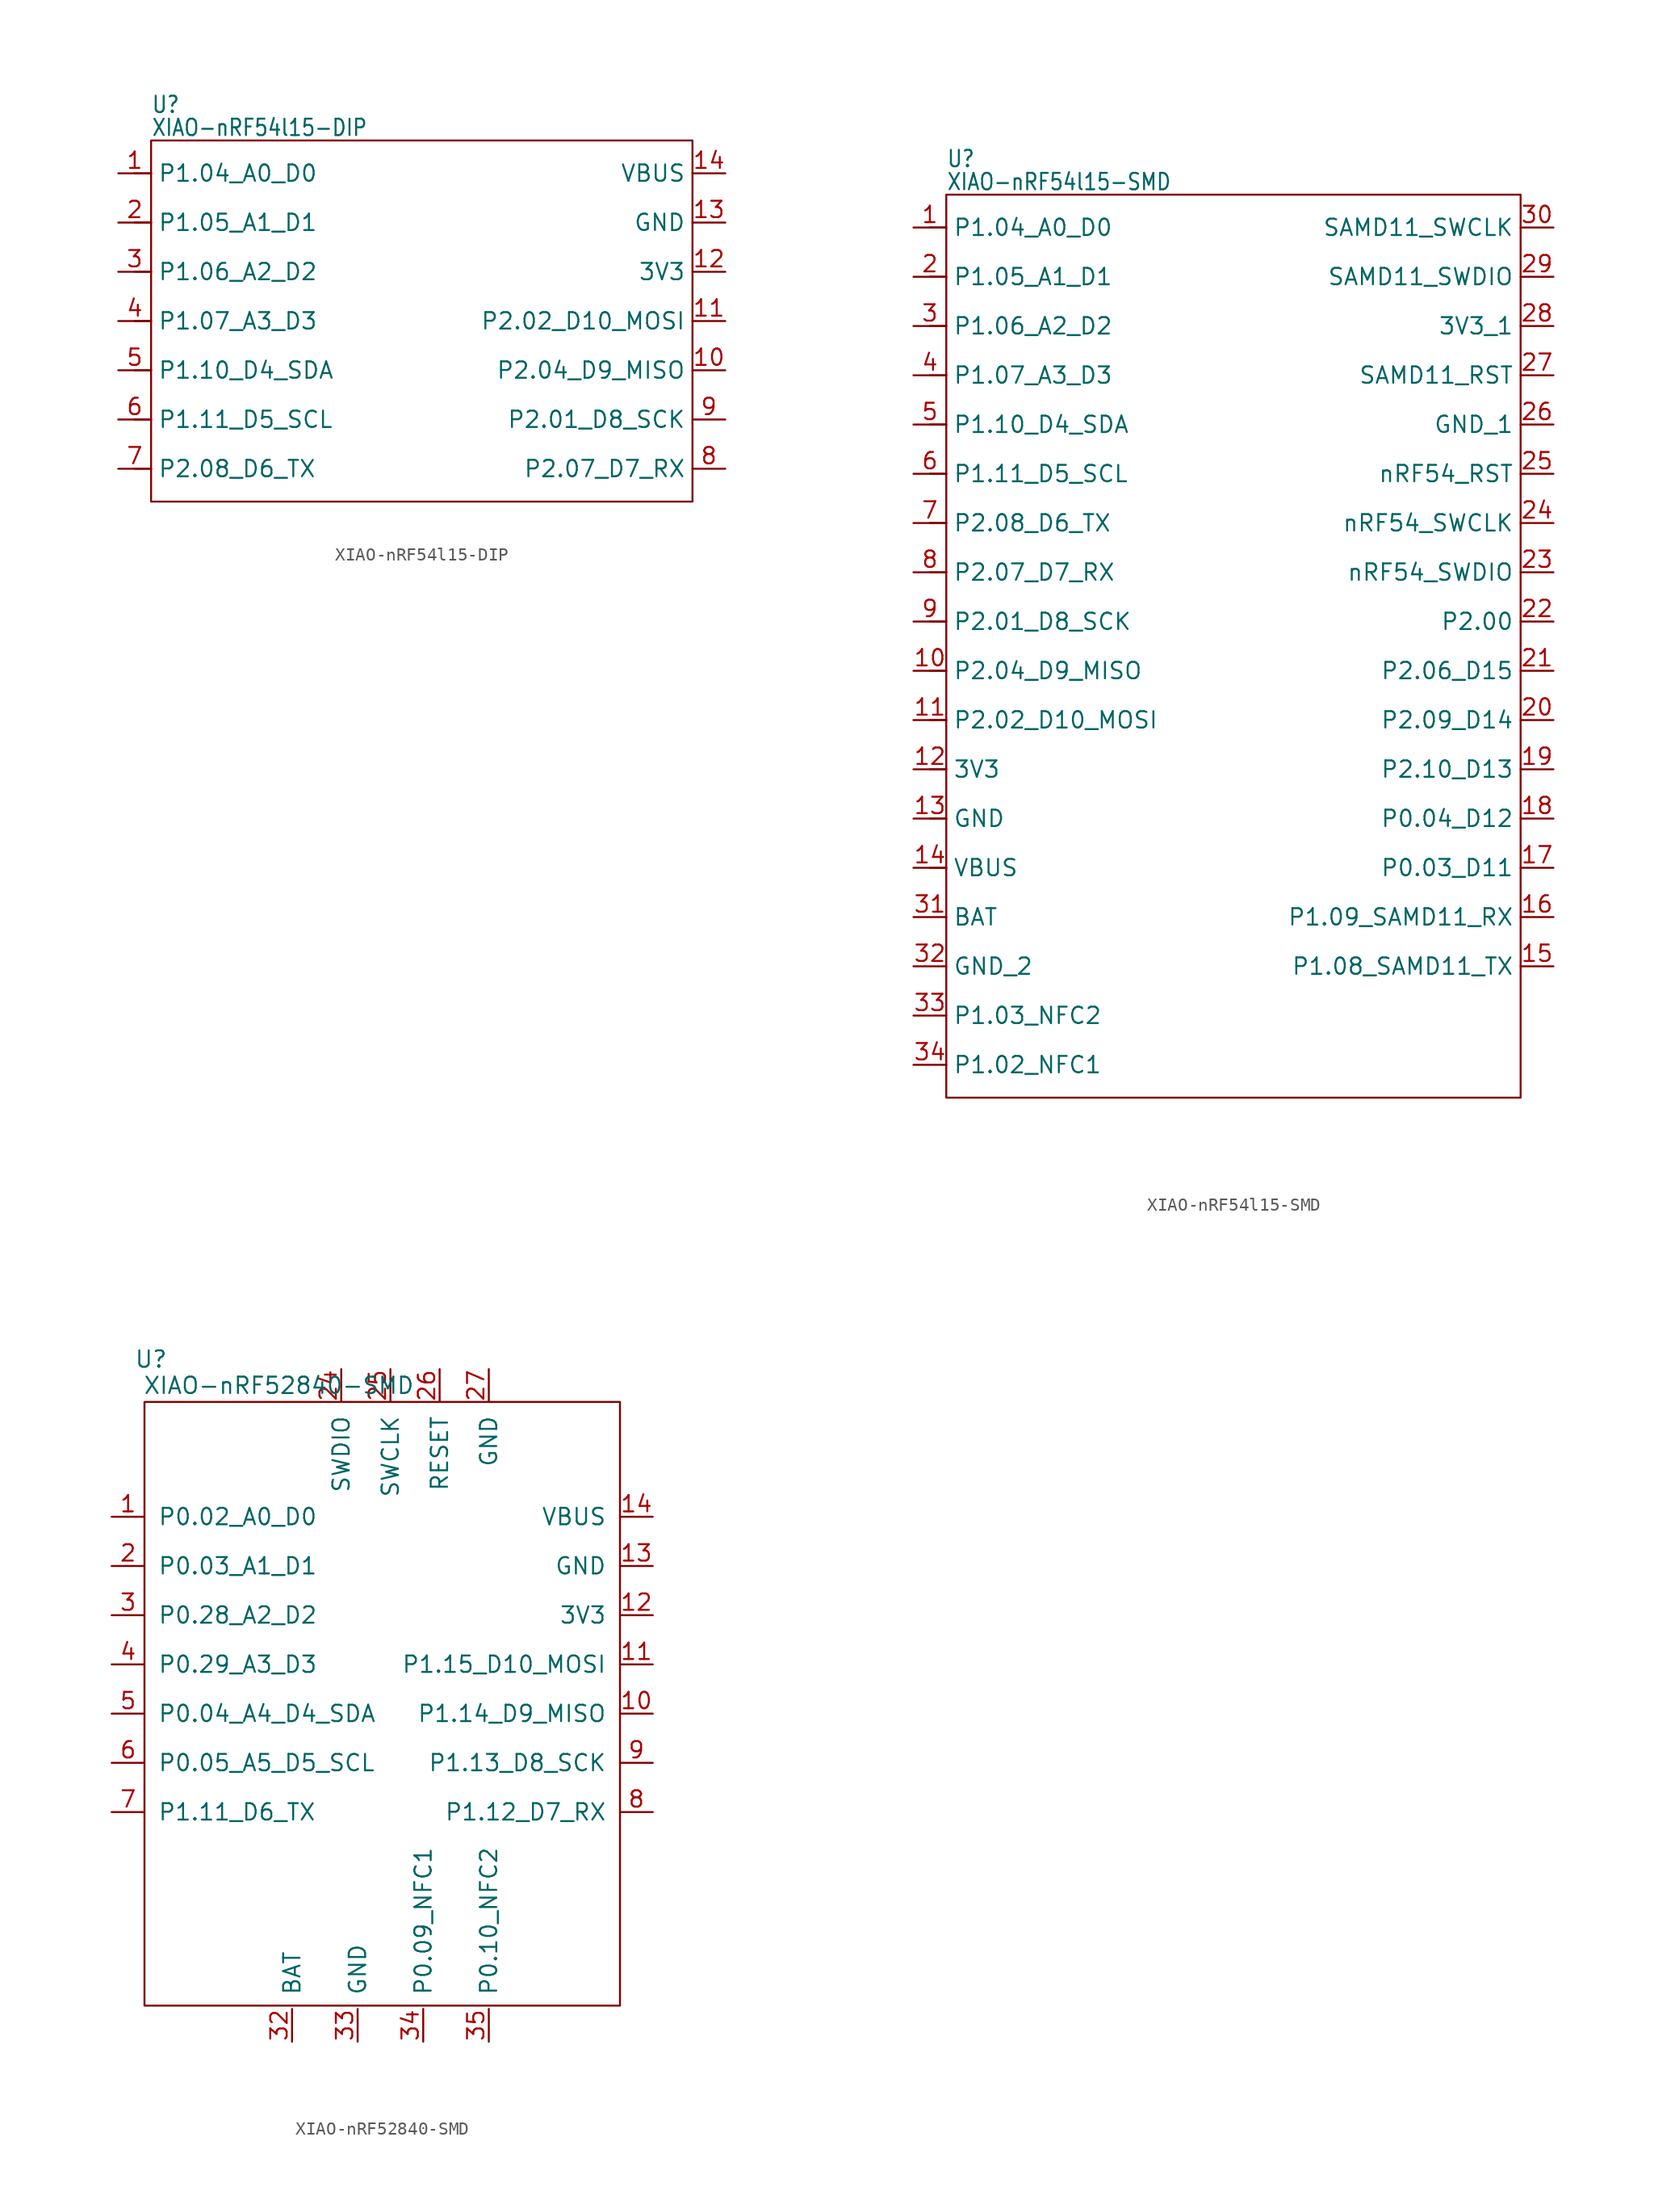
<source format=kicad_sym>
(kicad_symbol_lib
  (version 20241209)
  (generator "kicad_symbol_editor")
  (generator_version "9.0")
  (symbol "XIAO-nRF54l15-DIP"
    (property "Reference" "U"
      (at -21.59 16.002 0)
      (effects (font (size 1.27 1.079)) (justify left bottom)))
    (property "Value" "XIAO-nRF54l15-DIP"
      (at -21.59 14.224 0)
      (effects (font (size 1.27 1.079)) (justify left bottom)))
    (symbol "XIAO-nRF54l15-DIP_0_1"
      (rectangle (start -21.59 13.97) (end 20.32 -13.97) (stroke (width 0) (type default)) (fill (type none))))
    (symbol "XIAO-nRF54l15-DIP_1_0"
      (polyline (pts (xy -21.59 11.43) (xy -22.86 11.43)) (stroke (width 0.152) (type solid)) (fill (type none)))
      (polyline (pts (xy -21.59 7.62) (xy -22.86 7.62)) (stroke (width 0.152) (type solid)) (fill (type none)))
      (polyline (pts (xy -21.59 3.81) (xy -22.86 3.81)) (stroke (width 0.152) (type solid)) (fill (type none)))
      (polyline (pts (xy -21.59 0) (xy -22.86 0)) (stroke (width 0.152) (type solid)) (fill (type none)))
      (polyline (pts (xy -21.59 -3.81) (xy -22.86 -3.81)) (stroke (width 0.152) (type solid)) (fill (type none)))
      (polyline (pts (xy -21.59 -7.62) (xy -22.86 -7.62)) (stroke (width 0.152) (type solid)) (fill (type none)))
      (polyline (pts (xy -21.59 -11.43) (xy -22.86 -11.43)) (stroke (width 0.152) (type solid)) (fill (type none)))
      (pin passive line (at -24.13 11.43 0) (length 2.54) (name "P1.04_A0_D0" (effects (font (size 1.27 1.27)))) (number "1" (effects (font (size 1.27 1.27)))))
      (pin passive line (at -24.13 7.62 0) (length 2.54) (name "P1.05_A1_D1" (effects (font (size 1.27 1.27)))) (number "2" (effects (font (size 1.27 1.27)))))
      (pin passive line (at -24.13 3.81 0) (length 2.54) (name "P1.06_A2_D2" (effects (font (size 1.27 1.27)))) (number "3" (effects (font (size 1.27 1.27)))))
      (pin passive line (at -24.13 0 0) (length 2.54) (name "P1.07_A3_D3" (effects (font (size 1.27 1.27)))) (number "4" (effects (font (size 1.27 1.27)))))
      (pin passive line (at -24.13 -3.81 0) (length 2.54) (name "P1.10_D4_SDA" (effects (font (size 1.27 1.27)))) (number "5" (effects (font (size 1.27 1.27)))))
      (pin passive line (at -24.13 -7.62 0) (length 2.54) (name "P1.11_D5_SCL" (effects (font (size 1.27 1.27)))) (number "6" (effects (font (size 1.27 1.27)))))
      (pin passive line (at -24.13 -11.43 0) (length 2.54) (name "P2.08_D6_TX" (effects (font (size 1.27 1.27)))) (number "7" (effects (font (size 1.27 1.27)))))
      (pin passive line (at 22.86 11.43 180) (length 2.54) (name "VBUS" (effects (font (size 1.27 1.27)))) (number "14" (effects (font (size 1.27 1.27)))))
      (pin passive line (at 22.86 7.62 180) (length 2.54) (name "GND" (effects (font (size 1.27 1.27)))) (number "13" (effects (font (size 1.27 1.27)))))
      (pin passive line (at 22.86 3.81 180) (length 2.54) (name "3V3" (effects (font (size 1.27 1.27)))) (number "12" (effects (font (size 1.27 1.27)))))
      (pin passive line (at 22.86 0 180) (length 2.54) (name "P2.02_D10_MOSI" (effects (font (size 1.27 1.27)))) (number "11" (effects (font (size 1.27 1.27)))))
      (pin passive line (at 22.86 -3.81 180) (length 2.54) (name "P2.04_D9_MISO" (effects (font (size 1.27 1.27)))) (number "10" (effects (font (size 1.27 1.27)))))
      (pin passive line (at 22.86 -7.62 180) (length 2.54) (name "P2.01_D8_SCK" (effects (font (size 1.27 1.27)))) (number "9" (effects (font (size 1.27 1.27)))))
      (pin passive line (at 22.86 -11.43 180) (length 2.54) (name "P2.07_D7_RX" (effects (font (size 1.27 1.27)))) (number "8" (effects (font (size 1.27 1.27)))))))
  (symbol "XIAO-nRF54l15-SMD"
    (property "Reference" "U"
      (at -21.59 35.052 0)
      (effects (font (size 1.27 1.079)) (justify left bottom)))
    (property "Value" "XIAO-nRF54l15-SMD"
      (at -21.59 33.274 0)
      (effects (font (size 1.27 1.079)) (justify left bottom)))
    (symbol "XIAO-nRF54l15-SMD_0_1"
      (rectangle (start -21.59 33.02) (end 22.86 -36.83) (stroke (width 0) (type default)) (fill (type none))))
    (symbol "XIAO-nRF54l15-SMD_1_0"
      (polyline (pts (xy -22.86 3.81) (xy -21.59 3.81)) (stroke (width 0.152) (type solid)) (fill (type none)))
      (polyline (pts (xy -22.86 0) (xy -21.59 0)) (stroke (width 0.152) (type solid)) (fill (type none)))
      (polyline (pts (xy -22.86 -3.81) (xy -21.59 -3.81)) (stroke (width 0.152) (type solid)) (fill (type none)))
      (polyline (pts (xy -22.86 -7.62) (xy -21.59 -7.62)) (stroke (width 0.152) (type solid)) (fill (type none)))
      (polyline (pts (xy -22.86 -11.43) (xy -21.59 -11.43)) (stroke (width 0.152) (type solid)) (fill (type none)))
      (polyline (pts (xy -22.86 -15.24) (xy -21.59 -15.24)) (stroke (width 0.152) (type solid)) (fill (type none)))
      (polyline (pts (xy -22.86 -19.05) (xy -21.59 -19.05)) (stroke (width 0.152) (type solid)) (fill (type none)))
      (polyline (pts (xy -21.59 30.48) (xy -22.86 30.48)) (stroke (width 0.152) (type solid)) (fill (type none)))
      (polyline (pts (xy -21.59 26.67) (xy -22.86 26.67)) (stroke (width 0.152) (type solid)) (fill (type none)))
      (polyline (pts (xy -21.59 22.86) (xy -22.86 22.86)) (stroke (width 0.152) (type solid)) (fill (type none)))
      (polyline (pts (xy -21.59 19.05) (xy -22.86 19.05)) (stroke (width 0.152) (type solid)) (fill (type none)))
      (polyline (pts (xy -21.59 15.24) (xy -22.86 15.24)) (stroke (width 0.152) (type solid)) (fill (type none)))
      (polyline (pts (xy -21.59 11.43) (xy -22.86 11.43)) (stroke (width 0.152) (type solid)) (fill (type none)))
      (polyline (pts (xy -21.59 7.62) (xy -22.86 7.62)) (stroke (width 0.152) (type solid)) (fill (type none)))
      (pin passive line (at -24.13 30.48 0) (length 2.54) (name "P1.04_A0_D0" (effects (font (size 1.27 1.27)))) (number "1" (effects (font (size 1.27 1.27)))))
      (pin passive line (at -24.13 26.67 0) (length 2.54) (name "P1.05_A1_D1" (effects (font (size 1.27 1.27)))) (number "2" (effects (font (size 1.27 1.27)))))
      (pin passive line (at -24.13 22.86 0) (length 2.54) (name "P1.06_A2_D2" (effects (font (size 1.27 1.27)))) (number "3" (effects (font (size 1.27 1.27)))))
      (pin passive line (at -24.13 19.05 0) (length 2.54) (name "P1.07_A3_D3" (effects (font (size 1.27 1.27)))) (number "4" (effects (font (size 1.27 1.27)))))
      (pin passive line (at -24.13 15.24 0) (length 2.54) (name "P1.10_D4_SDA" (effects (font (size 1.27 1.27)))) (number "5" (effects (font (size 1.27 1.27)))))
      (pin passive line (at -24.13 11.43 0) (length 2.54) (name "P1.11_D5_SCL" (effects (font (size 1.27 1.27)))) (number "6" (effects (font (size 1.27 1.27)))))
      (pin passive line (at -24.13 7.62 0) (length 2.54) (name "P2.08_D6_TX" (effects (font (size 1.27 1.27)))) (number "7" (effects (font (size 1.27 1.27)))))
      (pin passive line (at -24.13 3.81 0) (length 2.54) (name "P2.07_D7_RX" (effects (font (size 1.27 1.27)))) (number "8" (effects (font (size 1.27 1.27)))))
      (pin passive line (at -24.13 0 0) (length 2.54) (name "P2.01_D8_SCK" (effects (font (size 1.27 1.27)))) (number "9" (effects (font (size 1.27 1.27)))))
      (pin passive line (at -24.13 -3.81 0) (length 2.54) (name "P2.04_D9_MISO" (effects (font (size 1.27 1.27)))) (number "10" (effects (font (size 1.27 1.27)))))
      (pin passive line (at -24.13 -7.62 0) (length 2.54) (name "P2.02_D10_MOSI" (effects (font (size 1.27 1.27)))) (number "11" (effects (font (size 1.27 1.27)))))
      (pin passive line (at -24.13 -11.43 0) (length 2.54) (name "3V3" (effects (font (size 1.27 1.27)))) (number "12" (effects (font (size 1.27 1.27)))))
      (pin passive line (at -24.13 -15.24 0) (length 2.54) (name "GND" (effects (font (size 1.27 1.27)))) (number "13" (effects (font (size 1.27 1.27)))))
      (pin passive line (at -24.13 -19.05 0) (length 2.54) (name "VBUS" (effects (font (size 1.27 1.27)))) (number "14" (effects (font (size 1.27 1.27))))))
    (symbol "XIAO-nRF54l15-SMD_1_1"
      (pin passive line (at -24.13 -22.86 0) (length 2.54) (name "BAT" (effects (font (size 1.27 1.27)))) (number "31" (effects (font (size 1.27 1.27)))))
      (pin passive line (at -24.13 -26.67 0) (length 2.54) (name "GND_2" (effects (font (size 1.27 1.27)))) (number "32" (effects (font (size 1.27 1.27)))))
      (pin passive line (at -24.13 -30.48 0) (length 2.54) (name "P1.03_NFC2" (effects (font (size 1.27 1.27)))) (number "33" (effects (font (size 1.27 1.27)))))
      (pin passive line (at -24.13 -34.29 0) (length 2.54) (name "P1.02_NFC1" (effects (font (size 1.27 1.27)))) (number "34" (effects (font (size 1.27 1.27)))))
      (pin passive line (at 25.4 30.48 180) (length 2.54) (name "SAMD11_SWCLK" (effects (font (size 1.27 1.27)))) (number "30" (effects (font (size 1.27 1.27)))))
      (pin passive line (at 25.4 26.67 180) (length 2.54) (name "SAMD11_SWDIO" (effects (font (size 1.27 1.27)))) (number "29" (effects (font (size 1.27 1.27)))))
      (pin passive line (at 25.4 22.86 180) (length 2.54) (name "3V3_1" (effects (font (size 1.27 1.27)))) (number "28" (effects (font (size 1.27 1.27)))))
      (pin passive line (at 25.4 19.05 180) (length 2.54) (name "SAMD11_RST" (effects (font (size 1.27 1.27)))) (number "27" (effects (font (size 1.27 1.27)))))
      (pin passive line (at 25.4 15.24 180) (length 2.54) (name "GND_1" (effects (font (size 1.27 1.27)))) (number "26" (effects (font (size 1.27 1.27)))))
      (pin passive line (at 25.4 11.43 180) (length 2.54) (name "nRF54_RST" (effects (font (size 1.27 1.27)))) (number "25" (effects (font (size 1.27 1.27)))))
      (pin passive line (at 25.4 7.62 180) (length 2.54) (name "nRF54_SWCLK" (effects (font (size 1.27 1.27)))) (number "24" (effects (font (size 1.27 1.27)))))
      (pin passive line (at 25.4 3.81 180) (length 2.54) (name "nRF54_SWDIO" (effects (font (size 1.27 1.27)))) (number "23" (effects (font (size 1.27 1.27)))))
      (pin passive line (at 25.4 0 180) (length 2.54) (name "P2.00" (effects (font (size 1.27 1.27)))) (number "22" (effects (font (size 1.27 1.27)))))
      (pin passive line (at 25.4 -3.81 180) (length 2.54) (name "P2.06_D15" (effects (font (size 1.27 1.27)))) (number "21" (effects (font (size 1.27 1.27)))))
      (pin passive line (at 25.4 -7.62 180) (length 2.54) (name "P2.09_D14" (effects (font (size 1.27 1.27)))) (number "20" (effects (font (size 1.27 1.27)))))
      (pin passive line (at 25.4 -11.43 180) (length 2.54) (name "P2.10_D13" (effects (font (size 1.27 1.27)))) (number "19" (effects (font (size 1.27 1.27)))))
      (pin passive line (at 25.4 -15.24 180) (length 2.54) (name "P0.04_D12" (effects (font (size 1.27 1.27)))) (number "18" (effects (font (size 1.27 1.27)))))
      (pin passive line (at 25.4 -19.05 180) (length 2.54) (name "P0.03_D11" (effects (font (size 1.27 1.27)))) (number "17" (effects (font (size 1.27 1.27)))))
      (pin passive line (at 25.4 -22.86 180) (length 2.54) (name "P1.09_SAMD11_RX" (effects (font (size 1.27 1.27)))) (number "16" (effects (font (size 1.27 1.27)))))
      (pin passive line (at 25.4 -26.67 180) (length 2.54) (name "P1.08_SAMD11_TX" (effects (font (size 1.27 1.27)))) (number "15" (effects (font (size 1.27 1.27)))))))
  (symbol "XIAO-nRF52840-SMD"
    (pin_names
      (offset 1.016))
    (property "Reference" "U"
      (at -18.542 31.242 0)
      (effects (font (size 1.27 1.27))))
    (property "Value" "XIAO-nRF52840-SMD"
      (at -8.636 29.21 0)
      (effects (font (size 1.27 1.27))))
    (symbol "XIAO-nRF52840-SMD_0_1"
      (rectangle (start -19.05 27.94) (end 17.78 -18.796) (stroke (width 0) (type default)) (fill (type none))))
    (symbol "XIAO-nRF52840-SMD_1_0"
      (pin passive line (at -21.59 19.05 0) (length 2.54) (name "P0.02_A0_D0" (effects (font (size 1.27 1.27)))) (number "1" (effects (font (size 1.27 1.27)))))
      (pin passive line (at -21.59 15.24 0) (length 2.54) (name "P0.03_A1_D1" (effects (font (size 1.27 1.27)))) (number "2" (effects (font (size 1.27 1.27)))))
      (pin passive line (at -21.59 11.43 0) (length 2.54) (name "P0.28_A2_D2" (effects (font (size 1.27 1.27)))) (number "3" (effects (font (size 1.27 1.27)))))
      (pin passive line (at -21.59 7.62 0) (length 2.54) (name "P0.29_A3_D3" (effects (font (size 1.27 1.27)))) (number "4" (effects (font (size 1.27 1.27)))))
      (pin passive line (at -21.59 3.81 0) (length 2.54) (name "P0.04_A4_D4_SDA" (effects (font (size 1.27 1.27)))) (number "5" (effects (font (size 1.27 1.27)))))
      (pin passive line (at -21.59 0 0) (length 2.54) (name "P0.05_A5_D5_SCL" (effects (font (size 1.27 1.27)))) (number "6" (effects (font (size 1.27 1.27)))))
      (pin passive line (at -21.59 -3.81 0) (length 2.54) (name "P1.11_D6_TX" (effects (font (size 1.27 1.27)))) (number "7" (effects (font (size 1.27 1.27)))))
      (pin passive line (at 20.32 19.05 180) (length 2.54) (name "VBUS" (effects (font (size 1.27 1.27)))) (number "14" (effects (font (size 1.27 1.27)))))
      (pin passive line (at 20.32 15.24 180) (length 2.54) (name "GND" (effects (font (size 1.27 1.27)))) (number "13" (effects (font (size 1.27 1.27)))))
      (pin passive line (at 20.32 11.43 180) (length 2.54) (name "3V3" (effects (font (size 1.27 1.27)))) (number "12" (effects (font (size 1.27 1.27)))))
      (pin passive line (at 20.32 7.62 180) (length 2.54) (name "P1.15_D10_MOSI" (effects (font (size 1.27 1.27)))) (number "11" (effects (font (size 1.27 1.27)))))
      (pin passive line (at 20.32 3.81 180) (length 2.54) (name "P1.14_D9_MISO" (effects (font (size 1.27 1.27)))) (number "10" (effects (font (size 1.27 1.27)))))
      (pin passive line (at 20.32 0 180) (length 2.54) (name "P1.13_D8_SCK" (effects (font (size 1.27 1.27)))) (number "9" (effects (font (size 1.27 1.27)))))
      (pin passive line (at 20.32 -3.81 180) (length 2.54) (name "P1.12_D7_RX" (effects (font (size 1.27 1.27)))) (number "8" (effects (font (size 1.27 1.27))))))
    (symbol "XIAO-nRF52840-SMD_1_1"
      (pin passive line (at -7.62 -21.59 90) (length 2.54) (name "BAT" (effects (font (size 1.27 1.27)))) (number "32" (effects (font (size 1.27 1.27)))))
      (pin passive line (at -3.81 30.48 270) (length 2.54) (name "SWDIO" (effects (font (size 1.27 1.27)))) (number "24" (effects (font (size 1.27 1.27)))))
      (pin passive line (at -2.54 -21.59 90) (length 2.54) (name "GND" (effects (font (size 1.27 1.27)))) (number "33" (effects (font (size 1.27 1.27)))))
      (pin passive line (at 0 30.48 270) (length 2.54) (name "SWCLK" (effects (font (size 1.27 1.27)))) (number "25" (effects (font (size 1.27 1.27)))))
      (pin passive line (at 2.54 -21.59 90) (length 2.54) (name "P0.09_NFC1" (effects (font (size 1.27 1.27)))) (number "34" (effects (font (size 1.27 1.27)))))
      (pin passive line (at 3.81 30.48 270) (length 2.54) (name "RESET" (effects (font (size 1.27 1.27)))) (number "26" (effects (font (size 1.27 1.27)))))
      (pin passive line (at 7.62 30.48 270) (length 2.54) (name "GND" (effects (font (size 1.27 1.27)))) (number "27" (effects (font (size 1.27 1.27)))))
      (pin passive line (at 7.62 -21.59 90) (length 2.54) (name "P0.10_NFC2" (effects (font (size 1.27 1.27)))) (number "35" (effects (font (size 1.27 1.27))))))))
</source>
